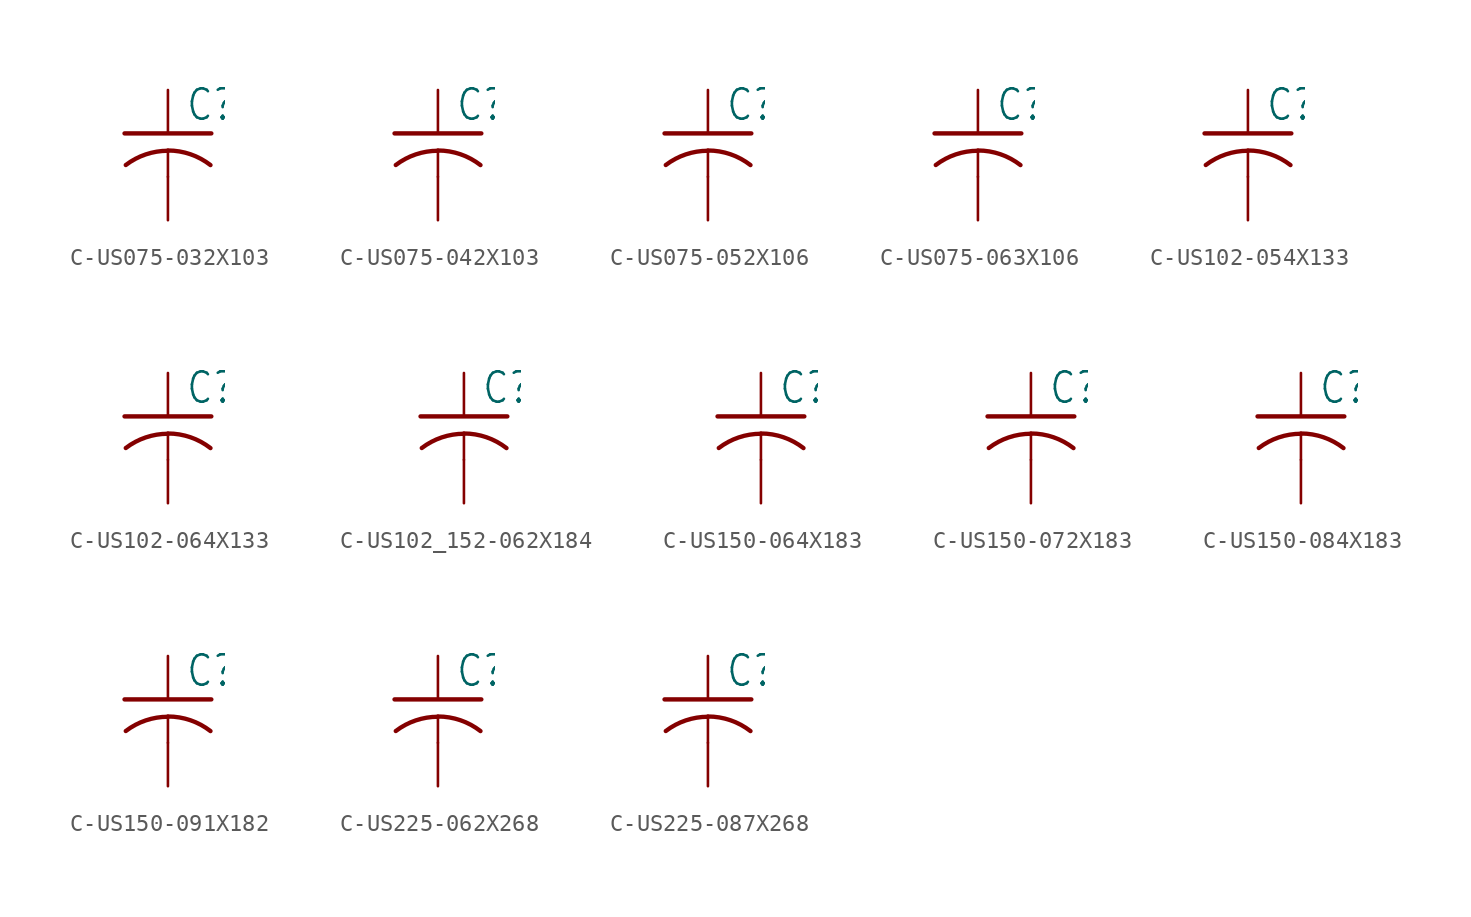
<source format=kicad_sym>
(kicad_symbol_lib
  (version 20231120)
  (generator "kicad_symbol_editor")
  (generator_version "8.0")
  (symbol "C-US075-032X103"
    (property "Reference" "C"
      (at 1.016 0.635 0)
      (effects (font (size 1.778 1.511)) (justify left bottom)))
    (property "Value" ""
      (at 1.016 -4.191 0)
      (effects (font (size 1.778 1.511)) (justify left bottom)))
    (property "ki_locked" ""
      (at 0 0 0)
      (effects (font (size 1.27 1.27))))
    (symbol "C-US075-032X103_1_0"
      (arc (start 0 -1.0161) (mid -1.302 -1.2303) (end -2.4668 -1.8504) (stroke (width 0.254) (type solid)) (fill (type none)))
      (polyline (pts (xy -2.54 0) (xy 2.54 0)) (stroke (width 0.254) (type solid)) (fill (type none)))
      (polyline (pts (xy 0 -1.016) (xy 0 -2.54)) (stroke (width 0.152) (type solid)) (fill (type none)))
      (arc (start 2.4892 -1.8541) (mid 1.3158 -1.2194) (end 0 -1) (stroke (width 0.254) (type solid)) (fill (type none)))
      (pin passive line (at 0 2.54 270) (length 2.54) (name "1" (effects (font (size 0 0)))) (number "1" (effects (font (size 0 0)))))
      (pin passive line (at 0 -5.08 90) (length 2.54) (name "2" (effects (font (size 0 0)))) (number "2" (effects (font (size 0 0)))))))
  (symbol "C-US075-042X103"
    (property "Reference" "C"
      (at 1.016 0.635 0)
      (effects (font (size 1.778 1.511)) (justify left bottom)))
    (property "Value" ""
      (at 1.016 -4.191 0)
      (effects (font (size 1.778 1.511)) (justify left bottom)))
    (property "ki_locked" ""
      (at 0 0 0)
      (effects (font (size 1.27 1.27))))
    (symbol "C-US075-042X103_1_0"
      (arc (start 0 -1.0161) (mid -1.302 -1.2303) (end -2.4668 -1.8504) (stroke (width 0.254) (type solid)) (fill (type none)))
      (polyline (pts (xy -2.54 0) (xy 2.54 0)) (stroke (width 0.254) (type solid)) (fill (type none)))
      (polyline (pts (xy 0 -1.016) (xy 0 -2.54)) (stroke (width 0.152) (type solid)) (fill (type none)))
      (arc (start 2.4892 -1.8541) (mid 1.3158 -1.2194) (end 0 -1) (stroke (width 0.254) (type solid)) (fill (type none)))
      (pin passive line (at 0 2.54 270) (length 2.54) (name "1" (effects (font (size 0 0)))) (number "1" (effects (font (size 0 0)))))
      (pin passive line (at 0 -5.08 90) (length 2.54) (name "2" (effects (font (size 0 0)))) (number "2" (effects (font (size 0 0)))))))
  (symbol "C-US075-052X106"
    (property "Reference" "C"
      (at 1.016 0.635 0)
      (effects (font (size 1.778 1.511)) (justify left bottom)))
    (property "Value" ""
      (at 1.016 -4.191 0)
      (effects (font (size 1.778 1.511)) (justify left bottom)))
    (property "ki_locked" ""
      (at 0 0 0)
      (effects (font (size 1.27 1.27))))
    (symbol "C-US075-052X106_1_0"
      (arc (start 0 -1.0161) (mid -1.302 -1.2303) (end -2.4668 -1.8504) (stroke (width 0.254) (type solid)) (fill (type none)))
      (polyline (pts (xy -2.54 0) (xy 2.54 0)) (stroke (width 0.254) (type solid)) (fill (type none)))
      (polyline (pts (xy 0 -1.016) (xy 0 -2.54)) (stroke (width 0.152) (type solid)) (fill (type none)))
      (arc (start 2.4892 -1.8541) (mid 1.3158 -1.2194) (end 0 -1) (stroke (width 0.254) (type solid)) (fill (type none)))
      (pin passive line (at 0 2.54 270) (length 2.54) (name "1" (effects (font (size 0 0)))) (number "1" (effects (font (size 0 0)))))
      (pin passive line (at 0 -5.08 90) (length 2.54) (name "2" (effects (font (size 0 0)))) (number "2" (effects (font (size 0 0)))))))
  (symbol "C-US075-063X106"
    (property "Reference" "C"
      (at 1.016 0.635 0)
      (effects (font (size 1.778 1.511)) (justify left bottom)))
    (property "Value" ""
      (at 1.016 -4.191 0)
      (effects (font (size 1.778 1.511)) (justify left bottom)))
    (property "ki_locked" ""
      (at 0 0 0)
      (effects (font (size 1.27 1.27))))
    (symbol "C-US075-063X106_1_0"
      (arc (start 0 -1.0161) (mid -1.302 -1.2303) (end -2.4668 -1.8504) (stroke (width 0.254) (type solid)) (fill (type none)))
      (polyline (pts (xy -2.54 0) (xy 2.54 0)) (stroke (width 0.254) (type solid)) (fill (type none)))
      (polyline (pts (xy 0 -1.016) (xy 0 -2.54)) (stroke (width 0.152) (type solid)) (fill (type none)))
      (arc (start 2.4892 -1.8541) (mid 1.3158 -1.2194) (end 0 -1) (stroke (width 0.254) (type solid)) (fill (type none)))
      (pin passive line (at 0 2.54 270) (length 2.54) (name "1" (effects (font (size 0 0)))) (number "1" (effects (font (size 0 0)))))
      (pin passive line (at 0 -5.08 90) (length 2.54) (name "2" (effects (font (size 0 0)))) (number "2" (effects (font (size 0 0)))))))
  (symbol "C-US102-054X133"
    (property "Reference" "C"
      (at 1.016 0.635 0)
      (effects (font (size 1.778 1.511)) (justify left bottom)))
    (property "Value" ""
      (at 1.016 -4.191 0)
      (effects (font (size 1.778 1.511)) (justify left bottom)))
    (property "ki_locked" ""
      (at 0 0 0)
      (effects (font (size 1.27 1.27))))
    (symbol "C-US102-054X133_1_0"
      (arc (start 0 -1.0161) (mid -1.302 -1.2303) (end -2.4668 -1.8504) (stroke (width 0.254) (type solid)) (fill (type none)))
      (polyline (pts (xy -2.54 0) (xy 2.54 0)) (stroke (width 0.254) (type solid)) (fill (type none)))
      (polyline (pts (xy 0 -1.016) (xy 0 -2.54)) (stroke (width 0.152) (type solid)) (fill (type none)))
      (arc (start 2.4892 -1.8541) (mid 1.3158 -1.2194) (end 0 -1) (stroke (width 0.254) (type solid)) (fill (type none)))
      (pin passive line (at 0 2.54 270) (length 2.54) (name "1" (effects (font (size 0 0)))) (number "1" (effects (font (size 0 0)))))
      (pin passive line (at 0 -5.08 90) (length 2.54) (name "2" (effects (font (size 0 0)))) (number "2" (effects (font (size 0 0)))))))
  (symbol "C-US102-064X133"
    (property "Reference" "C"
      (at 1.016 0.635 0)
      (effects (font (size 1.778 1.511)) (justify left bottom)))
    (property "Value" ""
      (at 1.016 -4.191 0)
      (effects (font (size 1.778 1.511)) (justify left bottom)))
    (property "ki_locked" ""
      (at 0 0 0)
      (effects (font (size 1.27 1.27))))
    (symbol "C-US102-064X133_1_0"
      (arc (start 0 -1.0161) (mid -1.302 -1.2303) (end -2.4668 -1.8504) (stroke (width 0.254) (type solid)) (fill (type none)))
      (polyline (pts (xy -2.54 0) (xy 2.54 0)) (stroke (width 0.254) (type solid)) (fill (type none)))
      (polyline (pts (xy 0 -1.016) (xy 0 -2.54)) (stroke (width 0.152) (type solid)) (fill (type none)))
      (arc (start 2.4892 -1.8541) (mid 1.3158 -1.2194) (end 0 -1) (stroke (width 0.254) (type solid)) (fill (type none)))
      (pin passive line (at 0 2.54 270) (length 2.54) (name "1" (effects (font (size 0 0)))) (number "1" (effects (font (size 0 0)))))
      (pin passive line (at 0 -5.08 90) (length 2.54) (name "2" (effects (font (size 0 0)))) (number "2" (effects (font (size 0 0)))))))
  (symbol "C-US102_152-062X184"
    (property "Reference" "C"
      (at 1.016 0.635 0)
      (effects (font (size 1.778 1.511)) (justify left bottom)))
    (property "Value" ""
      (at 1.016 -4.191 0)
      (effects (font (size 1.778 1.511)) (justify left bottom)))
    (property "ki_locked" ""
      (at 0 0 0)
      (effects (font (size 1.27 1.27))))
    (symbol "C-US102_152-062X184_1_0"
      (arc (start 0 -1.0161) (mid -1.302 -1.2303) (end -2.4668 -1.8504) (stroke (width 0.254) (type solid)) (fill (type none)))
      (polyline (pts (xy -2.54 0) (xy 2.54 0)) (stroke (width 0.254) (type solid)) (fill (type none)))
      (polyline (pts (xy 0 -1.016) (xy 0 -2.54)) (stroke (width 0.152) (type solid)) (fill (type none)))
      (arc (start 2.4892 -1.8541) (mid 1.3158 -1.2194) (end 0 -1) (stroke (width 0.254) (type solid)) (fill (type none)))
      (pin passive line (at 0 2.54 270) (length 2.54) (name "1" (effects (font (size 0 0)))) (number "1" (effects (font (size 0 0)))))
      (pin passive line (at 0 -5.08 90) (length 2.54) (name "2" (effects (font (size 0 0)))) (number "2" (effects (font (size 0 0)))))))
  (symbol "C-US150-064X183"
    (property "Reference" "C"
      (at 1.016 0.635 0)
      (effects (font (size 1.778 1.511)) (justify left bottom)))
    (property "Value" ""
      (at 1.016 -4.191 0)
      (effects (font (size 1.778 1.511)) (justify left bottom)))
    (property "ki_locked" ""
      (at 0 0 0)
      (effects (font (size 1.27 1.27))))
    (symbol "C-US150-064X183_1_0"
      (arc (start 0 -1.0161) (mid -1.302 -1.2303) (end -2.4668 -1.8504) (stroke (width 0.254) (type solid)) (fill (type none)))
      (polyline (pts (xy -2.54 0) (xy 2.54 0)) (stroke (width 0.254) (type solid)) (fill (type none)))
      (polyline (pts (xy 0 -1.016) (xy 0 -2.54)) (stroke (width 0.152) (type solid)) (fill (type none)))
      (arc (start 2.4892 -1.8541) (mid 1.3158 -1.2194) (end 0 -1) (stroke (width 0.254) (type solid)) (fill (type none)))
      (pin passive line (at 0 2.54 270) (length 2.54) (name "1" (effects (font (size 0 0)))) (number "1" (effects (font (size 0 0)))))
      (pin passive line (at 0 -5.08 90) (length 2.54) (name "2" (effects (font (size 0 0)))) (number "2" (effects (font (size 0 0)))))))
  (symbol "C-US150-072X183"
    (property "Reference" "C"
      (at 1.016 0.635 0)
      (effects (font (size 1.778 1.511)) (justify left bottom)))
    (property "Value" ""
      (at 1.016 -4.191 0)
      (effects (font (size 1.778 1.511)) (justify left bottom)))
    (property "ki_locked" ""
      (at 0 0 0)
      (effects (font (size 1.27 1.27))))
    (symbol "C-US150-072X183_1_0"
      (arc (start 0 -1.0161) (mid -1.302 -1.2303) (end -2.4668 -1.8504) (stroke (width 0.254) (type solid)) (fill (type none)))
      (polyline (pts (xy -2.54 0) (xy 2.54 0)) (stroke (width 0.254) (type solid)) (fill (type none)))
      (polyline (pts (xy 0 -1.016) (xy 0 -2.54)) (stroke (width 0.152) (type solid)) (fill (type none)))
      (arc (start 2.4892 -1.8541) (mid 1.3158 -1.2194) (end 0 -1) (stroke (width 0.254) (type solid)) (fill (type none)))
      (pin passive line (at 0 2.54 270) (length 2.54) (name "1" (effects (font (size 0 0)))) (number "1" (effects (font (size 0 0)))))
      (pin passive line (at 0 -5.08 90) (length 2.54) (name "2" (effects (font (size 0 0)))) (number "2" (effects (font (size 0 0)))))))
  (symbol "C-US150-084X183"
    (property "Reference" "C"
      (at 1.016 0.635 0)
      (effects (font (size 1.778 1.511)) (justify left bottom)))
    (property "Value" ""
      (at 1.016 -4.191 0)
      (effects (font (size 1.778 1.511)) (justify left bottom)))
    (property "ki_locked" ""
      (at 0 0 0)
      (effects (font (size 1.27 1.27))))
    (symbol "C-US150-084X183_1_0"
      (arc (start 0 -1.0161) (mid -1.302 -1.2303) (end -2.4668 -1.8504) (stroke (width 0.254) (type solid)) (fill (type none)))
      (polyline (pts (xy -2.54 0) (xy 2.54 0)) (stroke (width 0.254) (type solid)) (fill (type none)))
      (polyline (pts (xy 0 -1.016) (xy 0 -2.54)) (stroke (width 0.152) (type solid)) (fill (type none)))
      (arc (start 2.4892 -1.8541) (mid 1.3158 -1.2194) (end 0 -1) (stroke (width 0.254) (type solid)) (fill (type none)))
      (pin passive line (at 0 2.54 270) (length 2.54) (name "1" (effects (font (size 0 0)))) (number "1" (effects (font (size 0 0)))))
      (pin passive line (at 0 -5.08 90) (length 2.54) (name "2" (effects (font (size 0 0)))) (number "2" (effects (font (size 0 0)))))))
  (symbol "C-US150-091X182"
    (property "Reference" "C"
      (at 1.016 0.635 0)
      (effects (font (size 1.778 1.511)) (justify left bottom)))
    (property "Value" ""
      (at 1.016 -4.191 0)
      (effects (font (size 1.778 1.511)) (justify left bottom)))
    (property "ki_locked" ""
      (at 0 0 0)
      (effects (font (size 1.27 1.27))))
    (symbol "C-US150-091X182_1_0"
      (arc (start 0 -1.0161) (mid -1.302 -1.2303) (end -2.4668 -1.8504) (stroke (width 0.254) (type solid)) (fill (type none)))
      (polyline (pts (xy -2.54 0) (xy 2.54 0)) (stroke (width 0.254) (type solid)) (fill (type none)))
      (polyline (pts (xy 0 -1.016) (xy 0 -2.54)) (stroke (width 0.152) (type solid)) (fill (type none)))
      (arc (start 2.4892 -1.8541) (mid 1.3158 -1.2194) (end 0 -1) (stroke (width 0.254) (type solid)) (fill (type none)))
      (pin passive line (at 0 2.54 270) (length 2.54) (name "1" (effects (font (size 0 0)))) (number "1" (effects (font (size 0 0)))))
      (pin passive line (at 0 -5.08 90) (length 2.54) (name "2" (effects (font (size 0 0)))) (number "2" (effects (font (size 0 0)))))))
  (symbol "C-US225-062X268"
    (property "Reference" "C"
      (at 1.016 0.635 0)
      (effects (font (size 1.778 1.511)) (justify left bottom)))
    (property "Value" ""
      (at 1.016 -4.191 0)
      (effects (font (size 1.778 1.511)) (justify left bottom)))
    (property "ki_locked" ""
      (at 0 0 0)
      (effects (font (size 1.27 1.27))))
    (symbol "C-US225-062X268_1_0"
      (arc (start 0 -1.0161) (mid -1.302 -1.2303) (end -2.4668 -1.8504) (stroke (width 0.254) (type solid)) (fill (type none)))
      (polyline (pts (xy -2.54 0) (xy 2.54 0)) (stroke (width 0.254) (type solid)) (fill (type none)))
      (polyline (pts (xy 0 -1.016) (xy 0 -2.54)) (stroke (width 0.152) (type solid)) (fill (type none)))
      (arc (start 2.4892 -1.8541) (mid 1.3158 -1.2194) (end 0 -1) (stroke (width 0.254) (type solid)) (fill (type none)))
      (pin passive line (at 0 2.54 270) (length 2.54) (name "1" (effects (font (size 0 0)))) (number "1" (effects (font (size 0 0)))))
      (pin passive line (at 0 -5.08 90) (length 2.54) (name "2" (effects (font (size 0 0)))) (number "2" (effects (font (size 0 0)))))))
  (symbol "C-US225-087X268"
    (property "Reference" "C"
      (at 1.016 0.635 0)
      (effects (font (size 1.778 1.511)) (justify left bottom)))
    (property "Value" ""
      (at 1.016 -4.191 0)
      (effects (font (size 1.778 1.511)) (justify left bottom)))
    (property "ki_locked" ""
      (at 0 0 0)
      (effects (font (size 1.27 1.27))))
    (symbol "C-US225-087X268_1_0"
      (arc (start 0 -1.0161) (mid -1.302 -1.2303) (end -2.4668 -1.8504) (stroke (width 0.254) (type solid)) (fill (type none)))
      (polyline (pts (xy -2.54 0) (xy 2.54 0)) (stroke (width 0.254) (type solid)) (fill (type none)))
      (polyline (pts (xy 0 -1.016) (xy 0 -2.54)) (stroke (width 0.152) (type solid)) (fill (type none)))
      (arc (start 2.4892 -1.8541) (mid 1.3158 -1.2194) (end 0 -1) (stroke (width 0.254) (type solid)) (fill (type none)))
      (pin passive line (at 0 2.54 270) (length 2.54) (name "1" (effects (font (size 0 0)))) (number "1" (effects (font (size 0 0)))))
      (pin passive line (at 0 -5.08 90) (length 2.54) (name "2" (effects (font (size 0 0)))) (number "2" (effects (font (size 0 0))))))))
</source>
